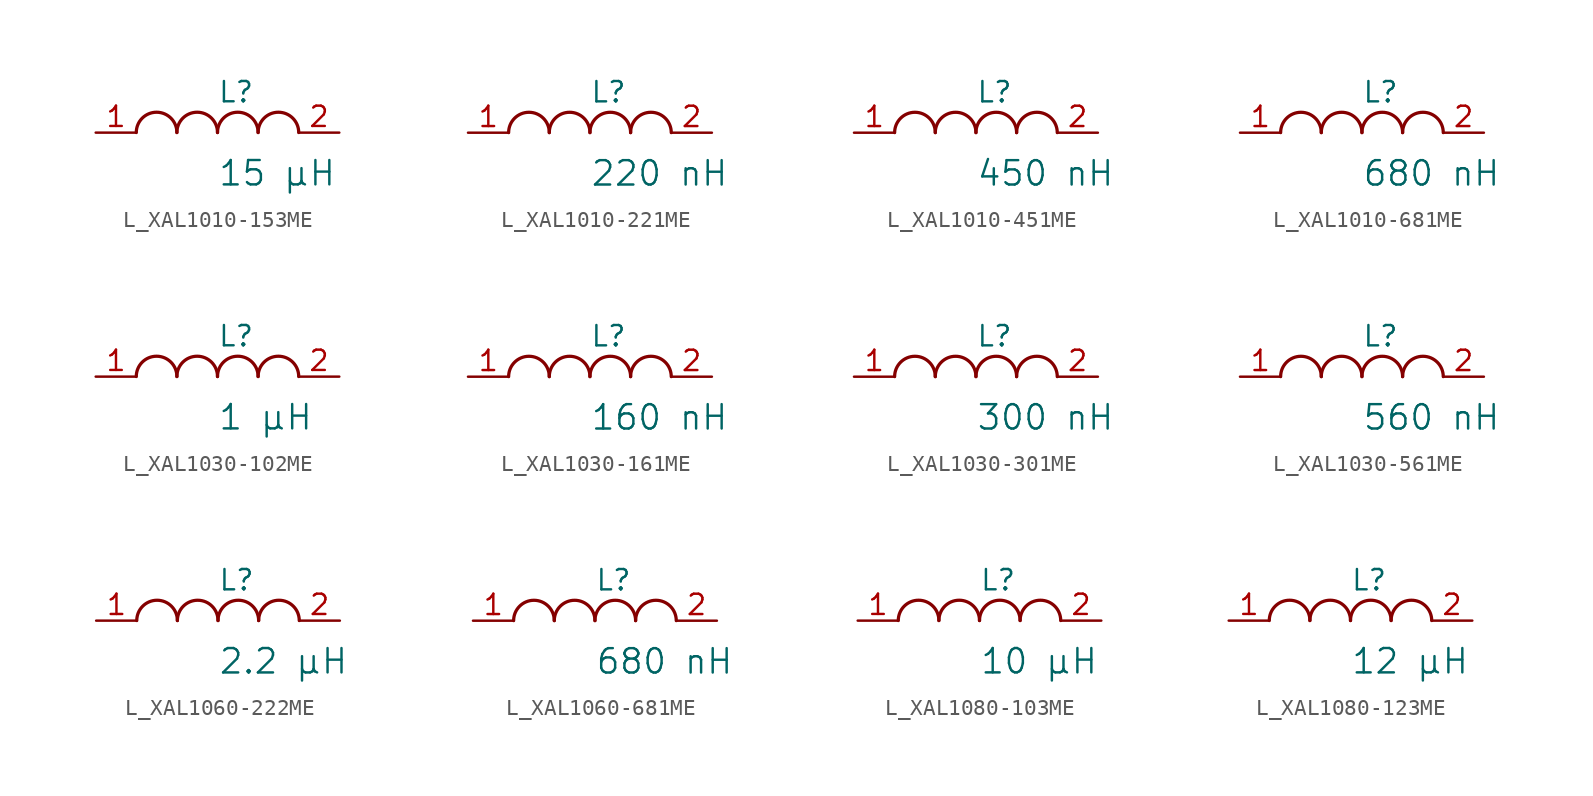
<source format=kicad_sym>
(kicad_symbol_lib
  (version 20231120)
  (generator "kicad_symbol_editor")
  (generator_version "8.0")
  (symbol "L_XAL1010-153ME"
    (pin_names
      (offset 0.254))
    (property "Reference" "L"
      (at 0 2.54 0)
      (effects (font (size 1.27 1.27)) (justify left)))
    (property "Value" "15 µH"
      (at 0 -2.54 0)
      (effects (font (size 1.524 1.524)) (justify left)))
    (symbol "L_XAL1010-153ME_1_1"
      (arc (start -2.54 0.0056) (mid -3.81 1.27) (end -5.08 0.0056) (stroke (width 0.2032) (type default)) (fill (type none)))
      (arc (start 0 0.0056) (mid -1.27 1.27) (end -2.54 0.0056) (stroke (width 0.2032) (type default)) (fill (type none)))
      (arc (start 2.54 0.0056) (mid 1.27 1.27) (end 0 0.0056) (stroke (width 0.2032) (type default)) (fill (type none)))
      (arc (start 5.08 0.0056) (mid 3.81 1.27) (end 2.54 0.0056) (stroke (width 0.2032) (type default)) (fill (type none)))
      (pin unspecified line (at -7.62 0 0) (length 2.54) (name "" (effects (font (size 1.27 1.27)))) (number "1" (effects (font (size 1.27 1.27)))))
      (pin unspecified line (at 7.62 0 180) (length 2.54) (name "" (effects (font (size 1.27 1.27)))) (number "2" (effects (font (size 1.27 1.27)))))))
  (symbol "L_XAL1010-221ME"
    (pin_names
      (offset 0.254))
    (property "Reference" "L"
      (at 0 2.54 0)
      (effects (font (size 1.27 1.27)) (justify left)))
    (property "Value" "220 nH"
      (at 0 -2.54 0)
      (effects (font (size 1.524 1.524)) (justify left)))
    (symbol "L_XAL1010-221ME_1_1"
      (arc (start -2.54 0.0056) (mid -3.81 1.27) (end -5.08 0.0056) (stroke (width 0.2032) (type default)) (fill (type none)))
      (arc (start 0 0.0056) (mid -1.27 1.27) (end -2.54 0.0056) (stroke (width 0.2032) (type default)) (fill (type none)))
      (arc (start 2.54 0.0056) (mid 1.27 1.27) (end 0 0.0056) (stroke (width 0.2032) (type default)) (fill (type none)))
      (arc (start 5.08 0.0056) (mid 3.81 1.27) (end 2.54 0.0056) (stroke (width 0.2032) (type default)) (fill (type none)))
      (pin unspecified line (at -7.62 0 0) (length 2.54) (name "" (effects (font (size 1.27 1.27)))) (number "1" (effects (font (size 1.27 1.27)))))
      (pin unspecified line (at 7.62 0 180) (length 2.54) (name "" (effects (font (size 1.27 1.27)))) (number "2" (effects (font (size 1.27 1.27)))))))
  (symbol "L_XAL1010-451ME"
    (pin_names
      (offset 0.254))
    (property "Reference" "L"
      (at 0 2.54 0)
      (effects (font (size 1.27 1.27)) (justify left)))
    (property "Value" "450 nH"
      (at 0 -2.54 0)
      (effects (font (size 1.524 1.524)) (justify left)))
    (symbol "L_XAL1010-451ME_1_1"
      (arc (start -2.54 0.0056) (mid -3.81 1.27) (end -5.08 0.0056) (stroke (width 0.2032) (type default)) (fill (type none)))
      (arc (start 0 0.0056) (mid -1.27 1.27) (end -2.54 0.0056) (stroke (width 0.2032) (type default)) (fill (type none)))
      (arc (start 2.54 0.0056) (mid 1.27 1.27) (end 0 0.0056) (stroke (width 0.2032) (type default)) (fill (type none)))
      (arc (start 5.08 0.0056) (mid 3.81 1.27) (end 2.54 0.0056) (stroke (width 0.2032) (type default)) (fill (type none)))
      (pin unspecified line (at -7.62 0 0) (length 2.54) (name "" (effects (font (size 1.27 1.27)))) (number "1" (effects (font (size 1.27 1.27)))))
      (pin unspecified line (at 7.62 0 180) (length 2.54) (name "" (effects (font (size 1.27 1.27)))) (number "2" (effects (font (size 1.27 1.27)))))))
  (symbol "L_XAL1010-681ME"
    (pin_names
      (offset 0.254))
    (property "Reference" "L"
      (at 0 2.54 0)
      (effects (font (size 1.27 1.27)) (justify left)))
    (property "Value" "680 nH"
      (at 0 -2.54 0)
      (effects (font (size 1.524 1.524)) (justify left)))
    (symbol "L_XAL1010-681ME_1_1"
      (arc (start -2.54 0.0056) (mid -3.81 1.27) (end -5.08 0.0056) (stroke (width 0.2032) (type default)) (fill (type none)))
      (arc (start 0 0.0056) (mid -1.27 1.27) (end -2.54 0.0056) (stroke (width 0.2032) (type default)) (fill (type none)))
      (arc (start 2.54 0.0056) (mid 1.27 1.27) (end 0 0.0056) (stroke (width 0.2032) (type default)) (fill (type none)))
      (arc (start 5.08 0.0056) (mid 3.81 1.27) (end 2.54 0.0056) (stroke (width 0.2032) (type default)) (fill (type none)))
      (pin unspecified line (at -7.62 0 0) (length 2.54) (name "" (effects (font (size 1.27 1.27)))) (number "1" (effects (font (size 1.27 1.27)))))
      (pin unspecified line (at 7.62 0 180) (length 2.54) (name "" (effects (font (size 1.27 1.27)))) (number "2" (effects (font (size 1.27 1.27)))))))
  (symbol "L_XAL1030-102ME"
    (pin_names
      (offset 0.254))
    (property "Reference" "L"
      (at 0 2.54 0)
      (effects (font (size 1.27 1.27)) (justify left)))
    (property "Value" "1 µH"
      (at 0 -2.54 0)
      (effects (font (size 1.524 1.524)) (justify left)))
    (symbol "L_XAL1030-102ME_1_1"
      (arc (start -2.54 0.0056) (mid -3.81 1.27) (end -5.08 0.0056) (stroke (width 0.2032) (type default)) (fill (type none)))
      (arc (start 0 0.0056) (mid -1.27 1.27) (end -2.54 0.0056) (stroke (width 0.2032) (type default)) (fill (type none)))
      (arc (start 2.54 0.0056) (mid 1.27 1.27) (end 0 0.0056) (stroke (width 0.2032) (type default)) (fill (type none)))
      (arc (start 5.08 0.0056) (mid 3.81 1.27) (end 2.54 0.0056) (stroke (width 0.2032) (type default)) (fill (type none)))
      (pin unspecified line (at -7.62 0 0) (length 2.54) (name "" (effects (font (size 1.27 1.27)))) (number "1" (effects (font (size 1.27 1.27)))))
      (pin unspecified line (at 7.62 0 180) (length 2.54) (name "" (effects (font (size 1.27 1.27)))) (number "2" (effects (font (size 1.27 1.27)))))))
  (symbol "L_XAL1030-161ME"
    (pin_names
      (offset 0.254))
    (property "Reference" "L"
      (at 0 2.54 0)
      (effects (font (size 1.27 1.27)) (justify left)))
    (property "Value" "160 nH"
      (at 0 -2.54 0)
      (effects (font (size 1.524 1.524)) (justify left)))
    (symbol "L_XAL1030-161ME_1_1"
      (arc (start -2.54 0.0056) (mid -3.81 1.27) (end -5.08 0.0056) (stroke (width 0.2032) (type default)) (fill (type none)))
      (arc (start 0 0.0056) (mid -1.27 1.27) (end -2.54 0.0056) (stroke (width 0.2032) (type default)) (fill (type none)))
      (arc (start 2.54 0.0056) (mid 1.27 1.27) (end 0 0.0056) (stroke (width 0.2032) (type default)) (fill (type none)))
      (arc (start 5.08 0.0056) (mid 3.81 1.27) (end 2.54 0.0056) (stroke (width 0.2032) (type default)) (fill (type none)))
      (pin unspecified line (at -7.62 0 0) (length 2.54) (name "" (effects (font (size 1.27 1.27)))) (number "1" (effects (font (size 1.27 1.27)))))
      (pin unspecified line (at 7.62 0 180) (length 2.54) (name "" (effects (font (size 1.27 1.27)))) (number "2" (effects (font (size 1.27 1.27)))))))
  (symbol "L_XAL1030-301ME"
    (pin_names
      (offset 0.254))
    (property "Reference" "L"
      (at 0 2.54 0)
      (effects (font (size 1.27 1.27)) (justify left)))
    (property "Value" "300 nH"
      (at 0 -2.54 0)
      (effects (font (size 1.524 1.524)) (justify left)))
    (symbol "L_XAL1030-301ME_1_1"
      (arc (start -2.54 0.0056) (mid -3.81 1.27) (end -5.08 0.0056) (stroke (width 0.2032) (type default)) (fill (type none)))
      (arc (start 0 0.0056) (mid -1.27 1.27) (end -2.54 0.0056) (stroke (width 0.2032) (type default)) (fill (type none)))
      (arc (start 2.54 0.0056) (mid 1.27 1.27) (end 0 0.0056) (stroke (width 0.2032) (type default)) (fill (type none)))
      (arc (start 5.08 0.0056) (mid 3.81 1.27) (end 2.54 0.0056) (stroke (width 0.2032) (type default)) (fill (type none)))
      (pin unspecified line (at -7.62 0 0) (length 2.54) (name "" (effects (font (size 1.27 1.27)))) (number "1" (effects (font (size 1.27 1.27)))))
      (pin unspecified line (at 7.62 0 180) (length 2.54) (name "" (effects (font (size 1.27 1.27)))) (number "2" (effects (font (size 1.27 1.27)))))))
  (symbol "L_XAL1030-561ME"
    (pin_names
      (offset 0.254))
    (property "Reference" "L"
      (at 0 2.54 0)
      (effects (font (size 1.27 1.27)) (justify left)))
    (property "Value" "560 nH"
      (at 0 -2.54 0)
      (effects (font (size 1.524 1.524)) (justify left)))
    (symbol "L_XAL1030-561ME_1_1"
      (arc (start -2.54 0.0056) (mid -3.81 1.27) (end -5.08 0.0056) (stroke (width 0.2032) (type default)) (fill (type none)))
      (arc (start 0 0.0056) (mid -1.27 1.27) (end -2.54 0.0056) (stroke (width 0.2032) (type default)) (fill (type none)))
      (arc (start 2.54 0.0056) (mid 1.27 1.27) (end 0 0.0056) (stroke (width 0.2032) (type default)) (fill (type none)))
      (arc (start 5.08 0.0056) (mid 3.81 1.27) (end 2.54 0.0056) (stroke (width 0.2032) (type default)) (fill (type none)))
      (pin unspecified line (at -7.62 0 0) (length 2.54) (name "" (effects (font (size 1.27 1.27)))) (number "1" (effects (font (size 1.27 1.27)))))
      (pin unspecified line (at 7.62 0 180) (length 2.54) (name "" (effects (font (size 1.27 1.27)))) (number "2" (effects (font (size 1.27 1.27)))))))
  (symbol "L_XAL1060-222ME"
    (pin_names
      (offset 0.254))
    (property "Reference" "L"
      (at 0 2.54 0)
      (effects (font (size 1.27 1.27)) (justify left)))
    (property "Value" "2.2 µH"
      (at 0 -2.54 0)
      (effects (font (size 1.524 1.524)) (justify left)))
    (symbol "L_XAL1060-222ME_1_1"
      (arc (start -2.54 0.0056) (mid -3.81 1.27) (end -5.08 0.0056) (stroke (width 0.2032) (type default)) (fill (type none)))
      (arc (start 0 0.0056) (mid -1.27 1.27) (end -2.54 0.0056) (stroke (width 0.2032) (type default)) (fill (type none)))
      (arc (start 2.54 0.0056) (mid 1.27 1.27) (end 0 0.0056) (stroke (width 0.2032) (type default)) (fill (type none)))
      (arc (start 5.08 0.0056) (mid 3.81 1.27) (end 2.54 0.0056) (stroke (width 0.2032) (type default)) (fill (type none)))
      (pin unspecified line (at -7.62 0 0) (length 2.54) (name "" (effects (font (size 1.27 1.27)))) (number "1" (effects (font (size 1.27 1.27)))))
      (pin unspecified line (at 7.62 0 180) (length 2.54) (name "" (effects (font (size 1.27 1.27)))) (number "2" (effects (font (size 1.27 1.27)))))))
  (symbol "L_XAL1060-681ME"
    (pin_names
      (offset 0.254))
    (property "Reference" "L"
      (at 0 2.54 0)
      (effects (font (size 1.27 1.27)) (justify left)))
    (property "Value" "680 nH"
      (at 0 -2.54 0)
      (effects (font (size 1.524 1.524)) (justify left)))
    (symbol "L_XAL1060-681ME_1_1"
      (arc (start -2.54 0.0056) (mid -3.81 1.27) (end -5.08 0.0056) (stroke (width 0.2032) (type default)) (fill (type none)))
      (arc (start 0 0.0056) (mid -1.27 1.27) (end -2.54 0.0056) (stroke (width 0.2032) (type default)) (fill (type none)))
      (arc (start 2.54 0.0056) (mid 1.27 1.27) (end 0 0.0056) (stroke (width 0.2032) (type default)) (fill (type none)))
      (arc (start 5.08 0.0056) (mid 3.81 1.27) (end 2.54 0.0056) (stroke (width 0.2032) (type default)) (fill (type none)))
      (pin unspecified line (at -7.62 0 0) (length 2.54) (name "" (effects (font (size 1.27 1.27)))) (number "1" (effects (font (size 1.27 1.27)))))
      (pin unspecified line (at 7.62 0 180) (length 2.54) (name "" (effects (font (size 1.27 1.27)))) (number "2" (effects (font (size 1.27 1.27)))))))
  (symbol "L_XAL1080-103ME"
    (pin_names
      (offset 0.254))
    (property "Reference" "L"
      (at 0 2.54 0)
      (effects (font (size 1.27 1.27)) (justify left)))
    (property "Value" "10 µH"
      (at 0 -2.54 0)
      (effects (font (size 1.524 1.524)) (justify left)))
    (symbol "L_XAL1080-103ME_1_1"
      (arc (start -2.54 0.0056) (mid -3.81 1.27) (end -5.08 0.0056) (stroke (width 0.2032) (type default)) (fill (type none)))
      (arc (start 0 0.0056) (mid -1.27 1.27) (end -2.54 0.0056) (stroke (width 0.2032) (type default)) (fill (type none)))
      (arc (start 2.54 0.0056) (mid 1.27 1.27) (end 0 0.0056) (stroke (width 0.2032) (type default)) (fill (type none)))
      (arc (start 5.08 0.0056) (mid 3.81 1.27) (end 2.54 0.0056) (stroke (width 0.2032) (type default)) (fill (type none)))
      (pin unspecified line (at -7.62 0 0) (length 2.54) (name "" (effects (font (size 1.27 1.27)))) (number "1" (effects (font (size 1.27 1.27)))))
      (pin unspecified line (at 7.62 0 180) (length 2.54) (name "" (effects (font (size 1.27 1.27)))) (number "2" (effects (font (size 1.27 1.27)))))))
  (symbol "L_XAL1080-123ME"
    (pin_names
      (offset 0.254))
    (property "Reference" "L"
      (at 0 2.54 0)
      (effects (font (size 1.27 1.27)) (justify left)))
    (property "Value" "12 µH"
      (at 0 -2.54 0)
      (effects (font (size 1.524 1.524)) (justify left)))
    (symbol "L_XAL1080-123ME_1_1"
      (arc (start -2.54 0.0056) (mid -3.81 1.27) (end -5.08 0.0056) (stroke (width 0.2032) (type default)) (fill (type none)))
      (arc (start 0 0.0056) (mid -1.27 1.27) (end -2.54 0.0056) (stroke (width 0.2032) (type default)) (fill (type none)))
      (arc (start 2.54 0.0056) (mid 1.27 1.27) (end 0 0.0056) (stroke (width 0.2032) (type default)) (fill (type none)))
      (arc (start 5.08 0.0056) (mid 3.81 1.27) (end 2.54 0.0056) (stroke (width 0.2032) (type default)) (fill (type none)))
      (pin unspecified line (at -7.62 0 0) (length 2.54) (name "" (effects (font (size 1.27 1.27)))) (number "1" (effects (font (size 1.27 1.27)))))
      (pin unspecified line (at 7.62 0 180) (length 2.54) (name "" (effects (font (size 1.27 1.27)))) (number "2" (effects (font (size 1.27 1.27))))))))
</source>
